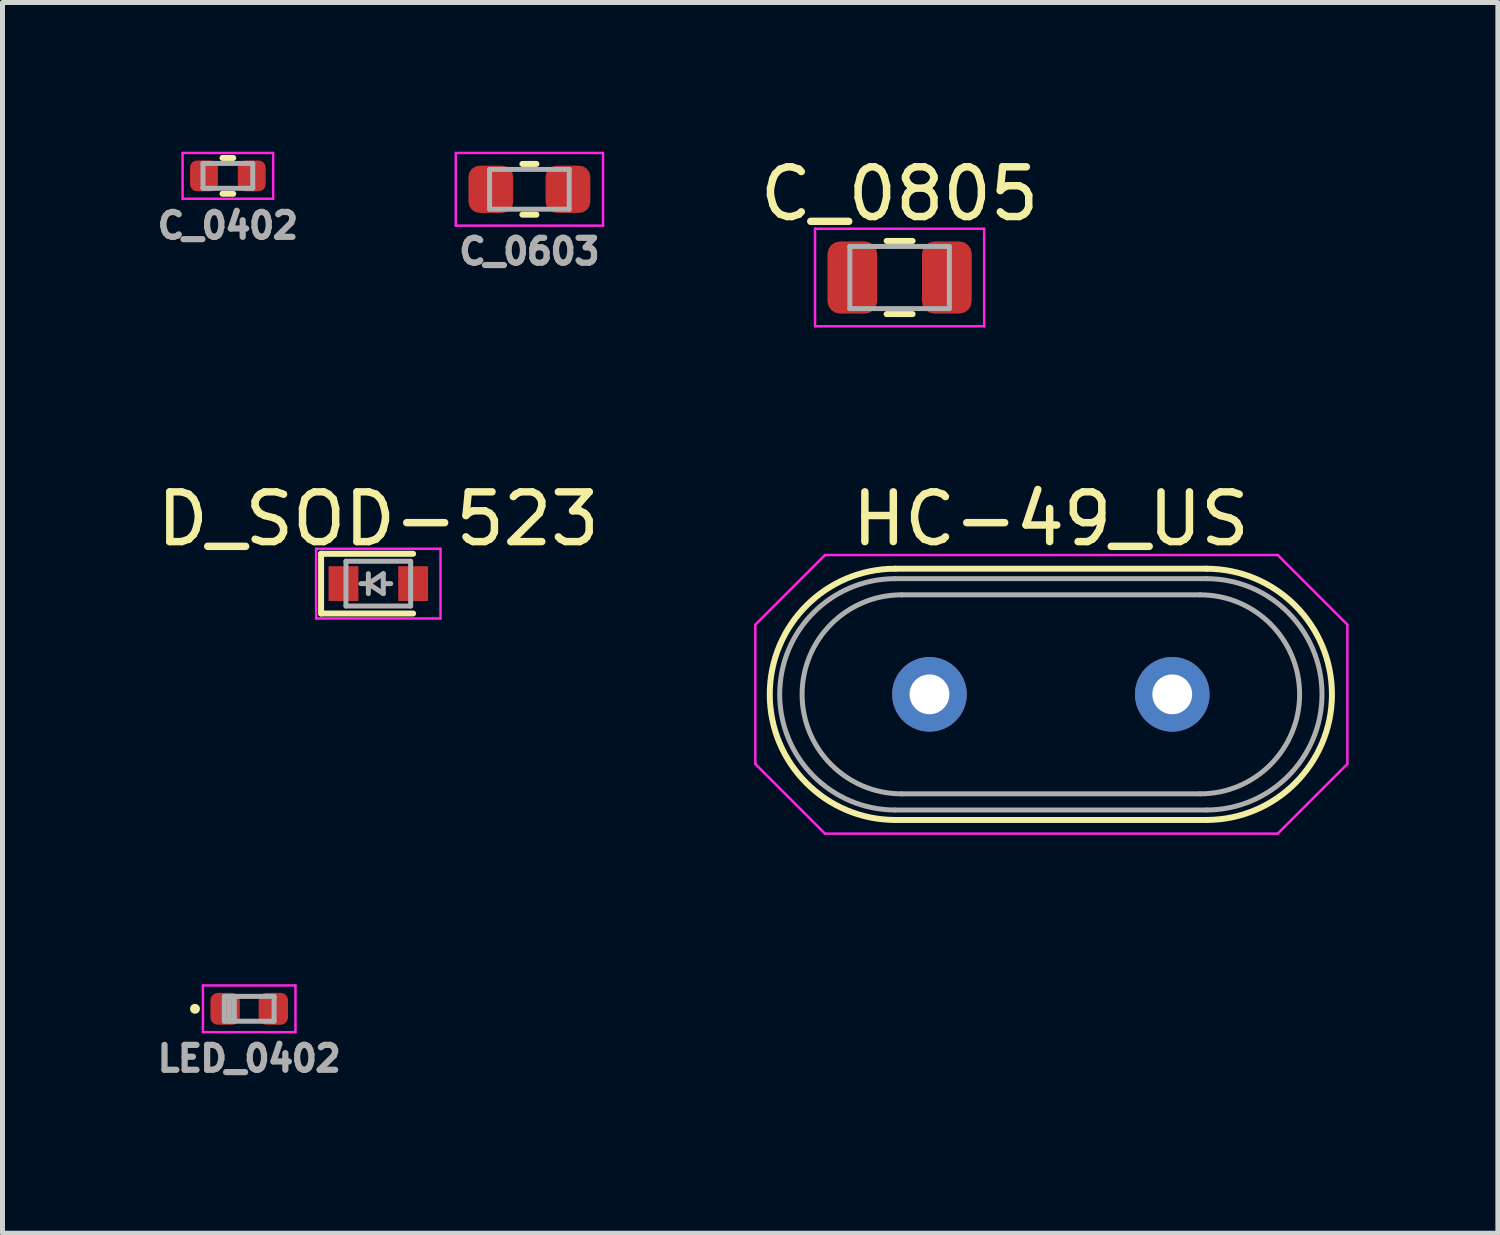
<source format=kicad_pcb>
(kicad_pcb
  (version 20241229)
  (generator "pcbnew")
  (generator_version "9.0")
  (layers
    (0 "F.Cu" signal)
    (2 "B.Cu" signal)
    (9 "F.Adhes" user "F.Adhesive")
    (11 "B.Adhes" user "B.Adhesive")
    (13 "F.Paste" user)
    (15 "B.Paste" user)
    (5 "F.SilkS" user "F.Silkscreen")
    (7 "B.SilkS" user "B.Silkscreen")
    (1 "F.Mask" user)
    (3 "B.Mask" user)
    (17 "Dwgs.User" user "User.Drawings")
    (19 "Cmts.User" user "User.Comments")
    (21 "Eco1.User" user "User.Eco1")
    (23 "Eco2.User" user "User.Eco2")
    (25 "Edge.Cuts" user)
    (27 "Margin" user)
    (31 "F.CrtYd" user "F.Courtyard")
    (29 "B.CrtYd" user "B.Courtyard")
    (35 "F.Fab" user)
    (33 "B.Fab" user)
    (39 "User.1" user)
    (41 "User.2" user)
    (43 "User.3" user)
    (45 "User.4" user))
  (footprint "HC-49_US"
    (layer "F.Cu")
    (at 15.632 10.906)
    (property "Reference" "HC-49_US" (at 2.44 -3.525 0) (layer "F.SilkS") (effects (font (size 1 1) (thickness 0.15))))
    (attr through_hole)
    (fp_line (start -0.685 -2.525) (end 5.565 -2.525) (stroke (width 0.12) (type solid)) (layer "F.SilkS"))
    (fp_line (start -0.685 2.525) (end 5.565 2.525) (stroke (width 0.12) (type solid)) (layer "F.SilkS"))
    (fp_arc (start -0.685 2.525) (mid -3.21 0) (end -0.685 -2.525) (stroke (width 0.12) (type solid)) (layer "F.SilkS"))
    (fp_arc (start 5.565 -2.525) (mid 8.09 0) (end 5.565 2.525) (stroke (width 0.12) (type solid)) (layer "F.SilkS"))
    (fp_line (start -3.5 -1.4) (end -3.5 1.4) (stroke (width 0.05) (type solid)) (layer "F.CrtYd"))
    (fp_line (start -3.5 1.4) (end -2.1 2.8) (stroke (width 0.05) (type solid)) (layer "F.CrtYd"))
    (fp_line (start -2.1 -2.8) (end -3.5 -1.4) (stroke (width 0.05) (type solid)) (layer "F.CrtYd"))
    (fp_line (start -2.1 2.8) (end 7 2.8) (stroke (width 0.05) (type solid)) (layer "F.CrtYd"))
    (fp_line (start 7 -2.8) (end -2.1 -2.8) (stroke (width 0.05) (type solid)) (layer "F.CrtYd"))
    (fp_line (start 7 2.8) (end 8.4 1.4) (stroke (width 0.05) (type solid)) (layer "F.CrtYd"))
    (fp_line (start 8.4 -1.4) (end 7 -2.8) (stroke (width 0.05) (type solid)) (layer "F.CrtYd"))
    (fp_line (start 8.4 1.4) (end 8.4 -1.4) (stroke (width 0.05) (type solid)) (layer "F.CrtYd"))
    (fp_line (start -0.685 -2.325) (end 5.565 -2.325) (stroke (width 0.1) (type solid)) (layer "F.Fab"))
    (fp_line (start -0.685 2.325) (end 5.565 2.325) (stroke (width 0.1) (type solid)) (layer "F.Fab"))
    (fp_line (start -0.56 -2) (end 5.44 -2) (stroke (width 0.1) (type solid)) (layer "F.Fab"))
    (fp_line (start -0.56 2) (end 5.44 2) (stroke (width 0.1) (type solid)) (layer "F.Fab"))
    (fp_arc (start -0.685 2.325) (mid -3.01 0) (end -0.685 -2.325) (stroke (width 0.1) (type solid)) (layer "F.Fab"))
    (fp_arc (start -0.56 2) (mid -2.56 0) (end -0.56 -2) (stroke (width 0.1) (type solid)) (layer "F.Fab"))
    (fp_arc (start 5.44 -2) (mid 7.44 0) (end 5.44 2) (stroke (width 0.1) (type solid)) (layer "F.Fab"))
    (fp_arc (start 5.565 -2.325) (mid 7.89 0) (end 5.565 2.325) (stroke (width 0.1) (type solid)) (layer "F.Fab"))
    (pad "1" thru_hole circle (at 0 0) (size 1.5 1.5) (drill 0.8) (layers "*.Cu" "*.Mask"))
    (pad "2" thru_hole circle (at 4.88 0) (size 1.5 1.5) (drill 0.8) (layers "*.Cu" "*.Mask")))
  (footprint "C_0603"
    (layer "F.Cu")
    (at 7.591 0.755)
    (property "Reference" "C_0603" (at 0 1.25 0) (layer "F.Fab") (effects (font (size 0.5 0.5) (thickness 0.125))))
    (attr smd)
    (fp_line (start -0.141 -0.51) (end 0.141 -0.51) (stroke (width 0.12) (type solid)) (layer "F.SilkS"))
    (fp_line (start -0.141 0.51) (end 0.141 0.51) (stroke (width 0.12) (type solid)) (layer "F.SilkS"))
    (fp_line (start -1.48 -0.73) (end 1.48 -0.73) (stroke (width 0.05) (type solid)) (layer "F.CrtYd"))
    (fp_line (start -1.48 0.73) (end -1.48 -0.73) (stroke (width 0.05) (type solid)) (layer "F.CrtYd"))
    (fp_line (start 1.48 -0.73) (end 1.48 0.73) (stroke (width 0.05) (type solid)) (layer "F.CrtYd"))
    (fp_line (start 1.48 0.73) (end -1.48 0.73) (stroke (width 0.05) (type solid)) (layer "F.CrtYd"))
    (fp_line (start -0.8 -0.4) (end 0.8 -0.4) (stroke (width 0.1) (type solid)) (layer "F.Fab"))
    (fp_line (start -0.8 0.4) (end -0.8 -0.4) (stroke (width 0.1) (type solid)) (layer "F.Fab"))
    (fp_line (start 0.8 -0.4) (end 0.8 0.4) (stroke (width 0.1) (type solid)) (layer "F.Fab"))
    (fp_line (start 0.8 0.4) (end -0.8 0.4) (stroke (width 0.1) (type solid)) (layer "F.Fab"))
    (pad "1" smd roundrect (at -0.775 0) (size 0.9 0.95) (layers "F.Cu" "F.Mask" "F.Paste") (roundrect_rratio 0.25))
    (pad "2" smd roundrect (at 0.775 0) (size 0.9 0.95) (layers "F.Cu" "F.Mask" "F.Paste") (roundrect_rratio 0.25)))
  (footprint "C_0805"
    (layer "F.Cu")
    (at 15.032 2.528)
    (property "Reference" "C_0805" (at 0 -1.68 0) (layer "F.SilkS") (effects (font (size 1 1) (thickness 0.15))))
    (attr smd)
    (fp_line (start -0.261 -0.735) (end 0.261 -0.735) (stroke (width 0.12) (type solid)) (layer "F.SilkS"))
    (fp_line (start -0.261 0.735) (end 0.261 0.735) (stroke (width 0.12) (type solid)) (layer "F.SilkS"))
    (fp_line (start -1.7 -0.98) (end 1.7 -0.98) (stroke (width 0.05) (type solid)) (layer "F.CrtYd"))
    (fp_line (start -1.7 0.98) (end -1.7 -0.98) (stroke (width 0.05) (type solid)) (layer "F.CrtYd"))
    (fp_line (start 1.7 -0.98) (end 1.7 0.98) (stroke (width 0.05) (type solid)) (layer "F.CrtYd"))
    (fp_line (start 1.7 0.98) (end -1.7 0.98) (stroke (width 0.05) (type solid)) (layer "F.CrtYd"))
    (fp_line (start -1 -0.625) (end 1 -0.625) (stroke (width 0.1) (type solid)) (layer "F.Fab"))
    (fp_line (start -1 0.625) (end -1 -0.625) (stroke (width 0.1) (type solid)) (layer "F.Fab"))
    (fp_line (start 1 -0.625) (end 1 0.625) (stroke (width 0.1) (type solid)) (layer "F.Fab"))
    (fp_line (start 1 0.625) (end -1 0.625) (stroke (width 0.1) (type solid)) (layer "F.Fab"))
    (pad "1" smd roundrect (at -0.95 0) (size 1 1.45) (layers "F.Cu" "F.Mask" "F.Paste") (roundrect_rratio 0.25))
    (pad "2" smd roundrect (at 0.95 0) (size 1 1.45) (layers "F.Cu" "F.Mask" "F.Paste") (roundrect_rratio 0.25)))
  (footprint "D_SOD-523"
    (layer "F.Cu")
    (at 4.554 8.681)
    (property "Reference" "D_SOD-523" (at 0 -1.3 0) (layer "F.SilkS") (effects (font (size 1 1) (thickness 0.15))))
    (attr smd)
    (fp_line (start -1.15 -0.6) (end -1.15 0.6) (stroke (width 0.12) (type solid)) (layer "F.SilkS"))
    (fp_line (start 0.7 -0.6) (end -1.15 -0.6) (stroke (width 0.12) (type solid)) (layer "F.SilkS"))
    (fp_line (start 0.7 0.6) (end -1.15 0.6) (stroke (width 0.12) (type solid)) (layer "F.SilkS"))
    (fp_line (start -1.25 -0.7) (end 1.25 -0.7) (stroke (width 0.05) (type solid)) (layer "F.CrtYd"))
    (fp_line (start -1.25 0.7) (end -1.25 -0.7) (stroke (width 0.05) (type solid)) (layer "F.CrtYd"))
    (fp_line (start 1.25 -0.7) (end 1.25 0.7) (stroke (width 0.05) (type solid)) (layer "F.CrtYd"))
    (fp_line (start 1.25 0.7) (end -1.25 0.7) (stroke (width 0.05) (type solid)) (layer "F.CrtYd"))
    (fp_line (start -0.65 -0.45) (end 0.65 -0.45) (stroke (width 0.1) (type solid)) (layer "F.Fab"))
    (fp_line (start -0.65 0.45) (end -0.65 -0.45) (stroke (width 0.1) (type solid)) (layer "F.Fab"))
    (fp_line (start -0.2 0) (end -0.35 0) (stroke (width 0.1) (type solid)) (layer "F.Fab"))
    (fp_line (start -0.2 0) (end 0.1 0.2) (stroke (width 0.1) (type solid)) (layer "F.Fab"))
    (fp_line (start -0.2 0.2) (end -0.2 -0.2) (stroke (width 0.1) (type solid)) (layer "F.Fab"))
    (fp_line (start 0.1 -0.2) (end -0.2 0) (stroke (width 0.1) (type solid)) (layer "F.Fab"))
    (fp_line (start 0.1 0) (end 0.25 0) (stroke (width 0.1) (type solid)) (layer "F.Fab"))
    (fp_line (start 0.1 0.2) (end 0.1 -0.2) (stroke (width 0.1) (type solid)) (layer "F.Fab"))
    (fp_line (start 0.65 -0.45) (end 0.65 0.45) (stroke (width 0.1) (type solid)) (layer "F.Fab"))
    (fp_line (start 0.65 0.45) (end -0.65 0.45) (stroke (width 0.1) (type solid)) (layer "F.Fab"))
    (pad "1" smd rect (at -0.7 0 180) (size 0.6 0.7) (layers "F.Cu" "F.Mask" "F.Paste"))
    (pad "2" smd rect (at 0.7 0 180) (size 0.6 0.7) (layers "F.Cu" "F.Mask" "F.Paste")))
  (footprint "C_0402"
    (layer "F.Cu")
    (at 1.53 0.485)
    (property "Reference" "C_0402" (at 0 1 0) (layer "F.Fab") (effects (font (size 0.5 0.5) (thickness 0.125))))
    (attr smd)
    (fp_line (start -0.108 -0.36) (end 0.108 -0.36) (stroke (width 0.12) (type solid)) (layer "F.SilkS"))
    (fp_line (start -0.108 0.36) (end 0.108 0.36) (stroke (width 0.12) (type solid)) (layer "F.SilkS"))
    (fp_line (start -0.91 -0.46) (end 0.91 -0.46) (stroke (width 0.05) (type solid)) (layer "F.CrtYd"))
    (fp_line (start -0.91 0.46) (end -0.91 -0.46) (stroke (width 0.05) (type solid)) (layer "F.CrtYd"))
    (fp_line (start 0.91 -0.46) (end 0.91 0.46) (stroke (width 0.05) (type solid)) (layer "F.CrtYd"))
    (fp_line (start 0.91 0.46) (end -0.91 0.46) (stroke (width 0.05) (type solid)) (layer "F.CrtYd"))
    (fp_line (start -0.5 -0.25) (end 0.5 -0.25) (stroke (width 0.1) (type solid)) (layer "F.Fab"))
    (fp_line (start -0.5 0.25) (end -0.5 -0.25) (stroke (width 0.1) (type solid)) (layer "F.Fab"))
    (fp_line (start 0.5 -0.25) (end 0.5 0.25) (stroke (width 0.1) (type solid)) (layer "F.Fab"))
    (fp_line (start 0.5 0.25) (end -0.5 0.25) (stroke (width 0.1) (type solid)) (layer "F.Fab"))
    (pad "1" smd roundrect (at -0.48 0) (size 0.56 0.62) (layers "F.Cu" "F.Mask" "F.Paste") (roundrect_rratio 0.25))
    (pad "2" smd roundrect (at 0.48 0) (size 0.56 0.62) (layers "F.Cu" "F.Mask" "F.Paste") (roundrect_rratio 0.25)))
  (footprint "LED_0402"
    (layer "F.Cu")
    (at 1.959 17.227)
    (property "Reference" "LED_0402" (at 0 1 0) (layer "F.Fab") (effects (font (size 0.5 0.5) (thickness 0.125))))
    (attr smd)
    (fp_circle (center -1.09 0) (end -1.04 0) (stroke (width 0.1) (type solid)) (fill no) (layer "F.SilkS"))
    (fp_line (start -0.93 -0.47) (end 0.93 -0.47) (stroke (width 0.05) (type solid)) (layer "F.CrtYd"))
    (fp_line (start -0.93 0.47) (end -0.93 -0.47) (stroke (width 0.05) (type solid)) (layer "F.CrtYd"))
    (fp_line (start 0.93 -0.47) (end 0.93 0.47) (stroke (width 0.05) (type solid)) (layer "F.CrtYd"))
    (fp_line (start 0.93 0.47) (end -0.93 0.47) (stroke (width 0.05) (type solid)) (layer "F.CrtYd"))
    (fp_line (start -0.5 -0.25) (end 0.5 -0.25) (stroke (width 0.1) (type solid)) (layer "F.Fab"))
    (fp_line (start -0.5 0.25) (end -0.5 -0.25) (stroke (width 0.1) (type solid)) (layer "F.Fab"))
    (fp_line (start -0.4 0.25) (end -0.4 -0.25) (stroke (width 0.1) (type solid)) (layer "F.Fab"))
    (fp_line (start -0.3 0.25) (end -0.3 -0.25) (stroke (width 0.1) (type solid)) (layer "F.Fab"))
    (fp_line (start 0.5 -0.25) (end 0.5 0.25) (stroke (width 0.1) (type solid)) (layer "F.Fab"))
    (fp_line (start 0.5 0.25) (end -0.5 0.25) (stroke (width 0.1) (type solid)) (layer "F.Fab"))
    (pad "1" smd roundrect (at -0.485 0) (size 0.59 0.64) (layers "F.Cu" "F.Mask" "F.Paste") (roundrect_rratio 0.25))
    (pad "2" smd roundrect (at 0.485 0) (size 0.59 0.64) (layers "F.Cu" "F.Mask" "F.Paste") (roundrect_rratio 0.25)))
  (gr_rect
    (start -3 -3)
    (end 27.057 21.738)
    (stroke (width 0.1) (type default))
    (fill no)
    (layer "Edge.Cuts")))
</source>
